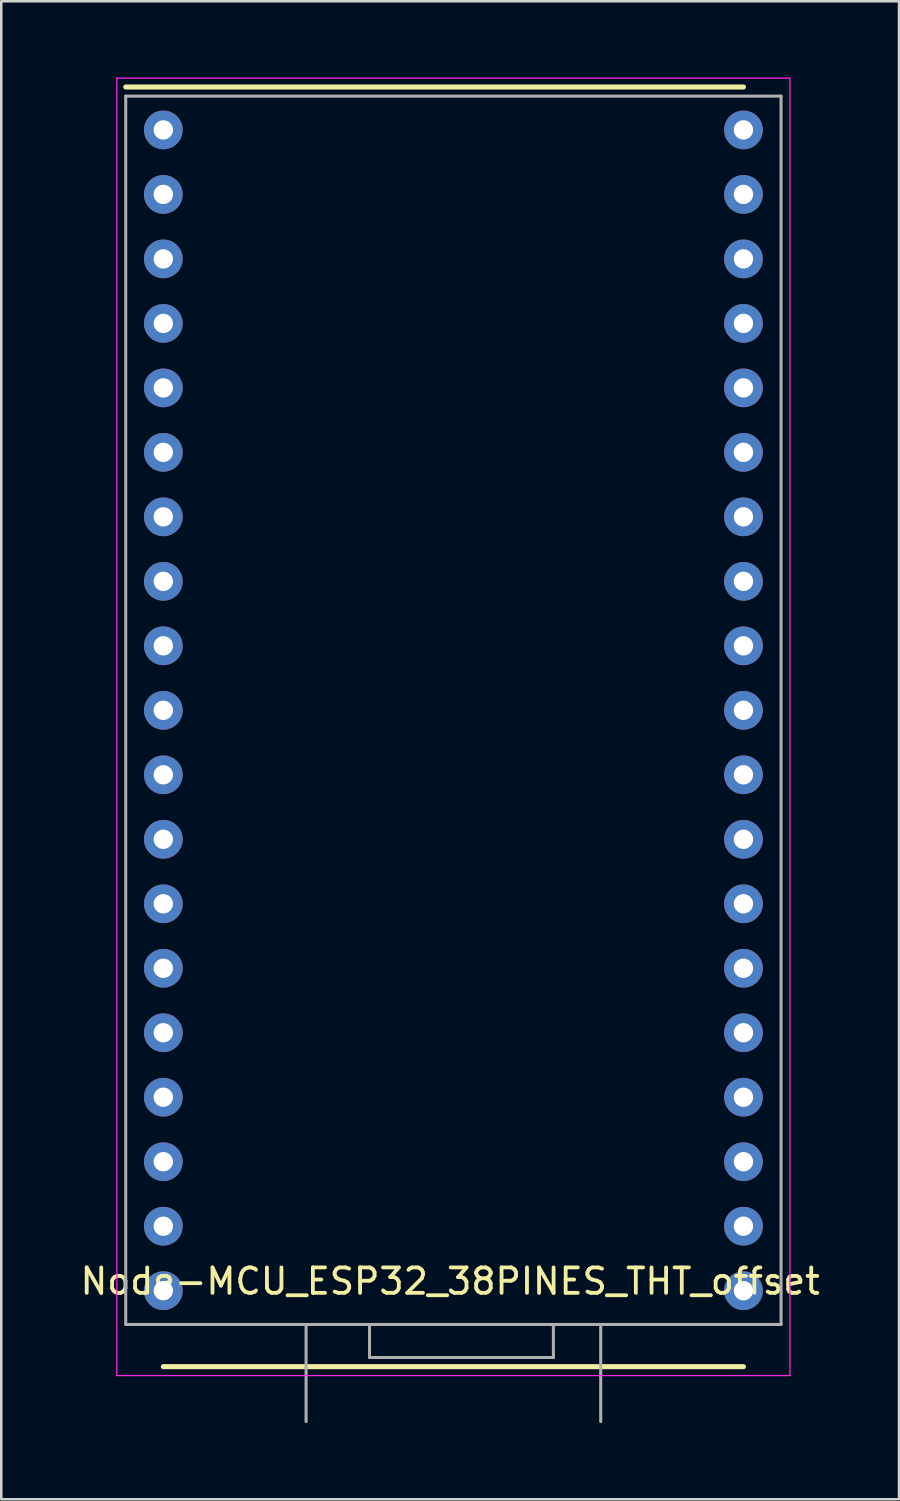
<source format=kicad_pcb>
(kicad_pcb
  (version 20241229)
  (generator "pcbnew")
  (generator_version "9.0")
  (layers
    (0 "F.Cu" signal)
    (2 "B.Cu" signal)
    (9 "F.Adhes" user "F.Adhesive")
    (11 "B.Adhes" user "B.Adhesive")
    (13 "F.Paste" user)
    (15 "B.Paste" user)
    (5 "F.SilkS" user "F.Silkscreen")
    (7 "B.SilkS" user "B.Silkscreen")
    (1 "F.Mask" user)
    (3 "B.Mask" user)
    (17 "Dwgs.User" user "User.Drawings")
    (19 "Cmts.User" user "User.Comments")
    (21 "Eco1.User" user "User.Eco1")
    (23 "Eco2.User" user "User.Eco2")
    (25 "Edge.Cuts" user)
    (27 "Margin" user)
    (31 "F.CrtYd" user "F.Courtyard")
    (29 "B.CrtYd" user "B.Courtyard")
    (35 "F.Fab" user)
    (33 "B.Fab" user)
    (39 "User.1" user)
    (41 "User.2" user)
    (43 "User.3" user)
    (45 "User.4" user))
  (footprint "Node-MCU_ESP32_38PINES_THT_offset"
    (layer "F.Cu")
    (at 14.8 24.915)
    (property "Reference" "Node-MCU_ESP32_38PINES_THT_offset" (at -0.127 22.479 0) (layer "F.SilkS") (effects (font (size 1 1) (thickness 0.15))))
    (attr through_hole)
    (fp_line (start 11.42 -24.54) (end -12.9 -24.54) (stroke (width 0.2) (type solid)) (layer "F.SilkS"))
    (fp_line (start 11.42 25.84) (end -11.42 25.84) (stroke (width 0.2) (type solid)) (layer "F.SilkS"))
    (fp_line (start -13.25 -24.89) (end 13.25 -24.89) (stroke (width 0.05) (type solid)) (layer "F.CrtYd"))
    (fp_line (start -13.25 26.19) (end -13.25 -24.89) (stroke (width 0.05) (type solid)) (layer "F.CrtYd"))
    (fp_line (start 13.25 -24.89) (end 13.25 26.19) (stroke (width 0.05) (type solid)) (layer "F.CrtYd"))
    (fp_line (start 13.25 26.19) (end -13.25 26.19) (stroke (width 0.05) (type solid)) (layer "F.CrtYd"))
    (fp_line (start -12.9 -24.18) (end -12.9 24.18) (stroke (width 0.12) (type solid)) (layer "F.Fab"))
    (fp_line (start -12.9 24.18) (end 12.9 24.18) (stroke (width 0.12) (type solid)) (layer "F.Fab"))
    (fp_line (start -5.8 24.18) (end -5.8 28) (stroke (width 0.12) (type solid)) (layer "F.Fab"))
    (fp_line (start -3.302 25.48) (end -3.302 24.18) (stroke (width 0.12) (type solid)) (layer "F.Fab"))
    (fp_line (start -3.302 25.48) (end 3.937 25.48) (stroke (width 0.12) (type solid)) (layer "F.Fab"))
    (fp_line (start 3.937 25.48) (end 3.937 24.18) (stroke (width 0.12) (type solid)) (layer "F.Fab"))
    (fp_line (start 5.8 24.18) (end 5.8 28) (stroke (width 0.12) (type solid)) (layer "F.Fab"))
    (fp_line (start 12.9 -24.18) (end -12.9 -24.18) (stroke (width 0.12) (type solid)) (layer "F.Fab"))
    (fp_line (start 12.9 24.18) (end 12.9 -24.18) (stroke (width 0.12) (type solid)) (layer "F.Fab"))
    (pad "1" thru_hole circle (at -11.42 -22.85) (size 1.524 1.524) (drill 0.762) (layers "*.Cu" "*.Mask"))
    (pad "2" thru_hole circle (at -11.42 -20.311) (size 1.524 1.524) (drill 0.762) (layers "*.Cu" "*.Mask"))
    (pad "3" thru_hole circle (at -11.42 -17.772) (size 1.524 1.524) (drill 0.762) (layers "*.Cu" "*.Mask"))
    (pad "4" thru_hole circle (at -11.42 -15.233) (size 1.524 1.524) (drill 0.762) (layers "*.Cu" "*.Mask"))
    (pad "5" thru_hole circle (at -11.42 -12.694) (size 1.524 1.524) (drill 0.762) (layers "*.Cu" "*.Mask"))
    (pad "6" thru_hole circle (at -11.42 -10.156) (size 1.524 1.524) (drill 0.762) (layers "*.Cu" "*.Mask"))
    (pad "7" thru_hole circle (at -11.42 -7.617) (size 1.524 1.524) (drill 0.762) (layers "*.Cu" "*.Mask"))
    (pad "8" thru_hole circle (at -11.42 -5.078) (size 1.524 1.524) (drill 0.762) (layers "*.Cu" "*.Mask"))
    (pad "9" thru_hole circle (at -11.42 -2.539) (size 1.524 1.524) (drill 0.762) (layers "*.Cu" "*.Mask"))
    (pad "10" thru_hole circle (at -11.42 -0.000008) (size 1.524 1.524) (drill 0.762) (layers "*.Cu" "*.Mask"))
    (pad "11" thru_hole circle (at -11.42 2.539) (size 1.524 1.524) (drill 0.762) (layers "*.Cu" "*.Mask"))
    (pad "12" thru_hole circle (at -11.42 5.078) (size 1.524 1.524) (drill 0.762) (layers "*.Cu" "*.Mask"))
    (pad "13" thru_hole circle (at -11.42 7.617) (size 1.524 1.524) (drill 0.762) (layers "*.Cu" "*.Mask"))
    (pad "14" thru_hole circle (at -11.42 10.156) (size 1.524 1.524) (drill 0.762) (layers "*.Cu" "*.Mask"))
    (pad "15" thru_hole circle (at -11.42 12.694) (size 1.524 1.524) (drill 0.762) (layers "*.Cu" "*.Mask"))
    (pad "16" thru_hole circle (at -11.42 15.233) (size 1.524 1.524) (drill 0.762) (layers "*.Cu" "*.Mask"))
    (pad "17" thru_hole circle (at -11.42 17.772) (size 1.524 1.524) (drill 0.762) (layers "*.Cu" "*.Mask"))
    (pad "18" thru_hole circle (at -11.42 20.311) (size 1.524 1.524) (drill 0.762) (layers "*.Cu" "*.Mask"))
    (pad "19" thru_hole circle (at -11.42 22.85) (size 1.524 1.524) (drill 0.762) (layers "*.Cu" "*.Mask"))
    (pad "20" thru_hole circle (at 11.42 22.85) (size 1.524 1.524) (drill 0.762) (layers "*.Cu" "*.Mask"))
    (pad "21" thru_hole circle (at 11.42 20.311) (size 1.524 1.524) (drill 0.762) (layers "*.Cu" "*.Mask"))
    (pad "22" thru_hole circle (at 11.42 17.772) (size 1.524 1.524) (drill 0.762) (layers "*.Cu" "*.Mask"))
    (pad "23" thru_hole circle (at 11.42 15.233) (size 1.524 1.524) (drill 0.762) (layers "*.Cu" "*.Mask"))
    (pad "24" thru_hole circle (at 11.42 12.694) (size 1.524 1.524) (drill 0.762) (layers "*.Cu" "*.Mask"))
    (pad "25" thru_hole circle (at 11.42 10.156) (size 1.524 1.524) (drill 0.762) (layers "*.Cu" "*.Mask"))
    (pad "26" thru_hole circle (at 11.42 7.617) (size 1.524 1.524) (drill 0.762) (layers "*.Cu" "*.Mask"))
    (pad "27" thru_hole circle (at 11.42 5.078) (size 1.524 1.524) (drill 0.762) (layers "*.Cu" "*.Mask"))
    (pad "28" thru_hole circle (at 11.42 2.539) (size 1.524 1.524) (drill 0.762) (layers "*.Cu" "*.Mask"))
    (pad "29" thru_hole circle (at 11.42 -0.000008) (size 1.524 1.524) (drill 0.762) (layers "*.Cu" "*.Mask"))
    (pad "30" thru_hole circle (at 11.42 -2.539) (size 1.524 1.524) (drill 0.762) (layers "*.Cu" "*.Mask"))
    (pad "31" thru_hole circle (at 11.42 -5.078) (size 1.524 1.524) (drill 0.762) (layers "*.Cu" "*.Mask"))
    (pad "32" thru_hole circle (at 11.42 -7.617) (size 1.524 1.524) (drill 0.762) (layers "*.Cu" "*.Mask"))
    (pad "33" thru_hole circle (at 11.42 -10.156) (size 1.524 1.524) (drill 0.762) (layers "*.Cu" "*.Mask"))
    (pad "34" thru_hole circle (at 11.42 -12.694) (size 1.524 1.524) (drill 0.762) (layers "*.Cu" "*.Mask"))
    (pad "35" thru_hole circle (at 11.42 -15.233) (size 1.524 1.524) (drill 0.762) (layers "*.Cu" "*.Mask"))
    (pad "36" thru_hole circle (at 11.42 -17.772) (size 1.524 1.524) (drill 0.762) (layers "*.Cu" "*.Mask"))
    (pad "37" thru_hole circle (at 11.42 -20.311) (size 1.524 1.524) (drill 0.762) (layers "*.Cu" "*.Mask"))
    (pad "38" thru_hole circle (at 11.42 -22.85) (size 1.524 1.524) (drill 0.762) (layers "*.Cu" "*.Mask")))
  (gr_rect
    (start -3 -3)
    (end 32.345 55.975)
    (stroke (width 0.1) (type default))
    (fill no)
    (layer "Edge.Cuts")))
</source>
